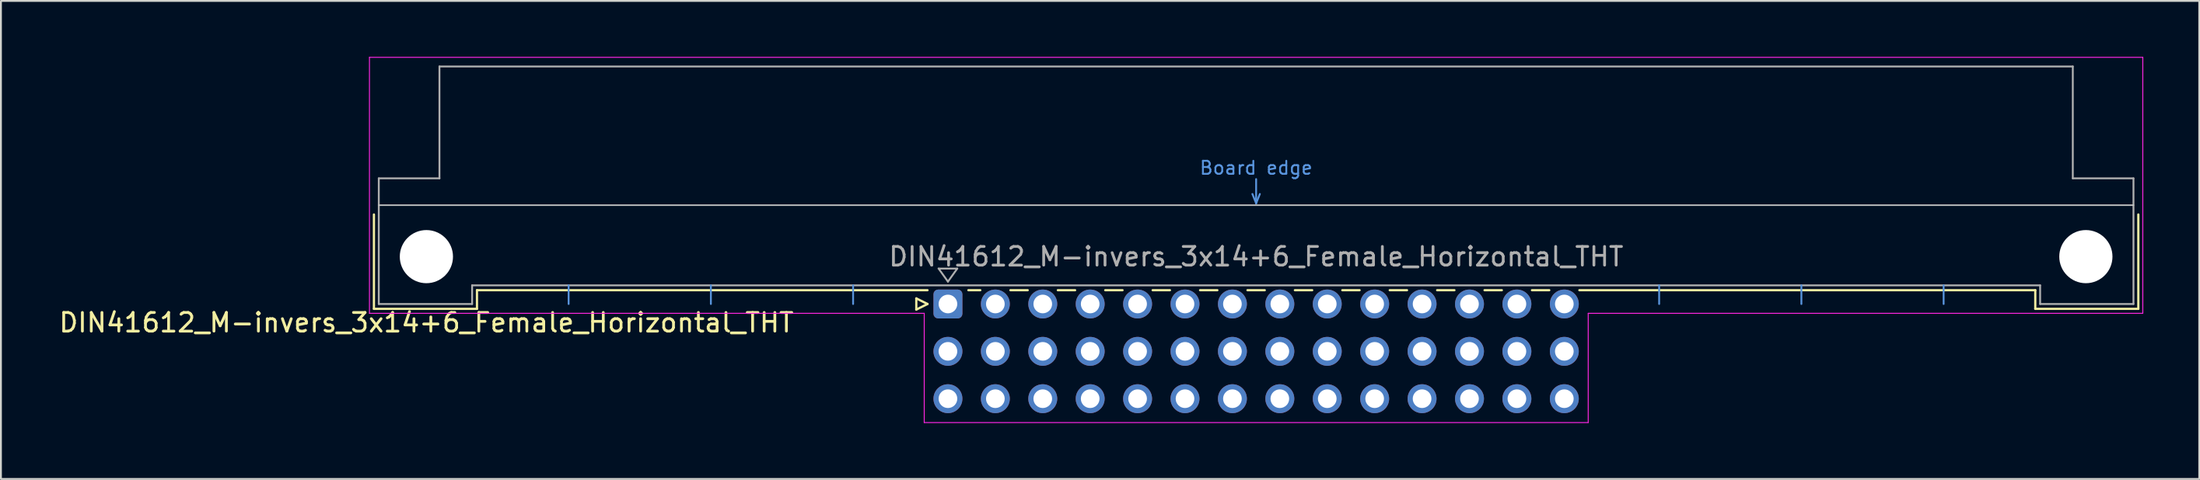
<source format=kicad_pcb>
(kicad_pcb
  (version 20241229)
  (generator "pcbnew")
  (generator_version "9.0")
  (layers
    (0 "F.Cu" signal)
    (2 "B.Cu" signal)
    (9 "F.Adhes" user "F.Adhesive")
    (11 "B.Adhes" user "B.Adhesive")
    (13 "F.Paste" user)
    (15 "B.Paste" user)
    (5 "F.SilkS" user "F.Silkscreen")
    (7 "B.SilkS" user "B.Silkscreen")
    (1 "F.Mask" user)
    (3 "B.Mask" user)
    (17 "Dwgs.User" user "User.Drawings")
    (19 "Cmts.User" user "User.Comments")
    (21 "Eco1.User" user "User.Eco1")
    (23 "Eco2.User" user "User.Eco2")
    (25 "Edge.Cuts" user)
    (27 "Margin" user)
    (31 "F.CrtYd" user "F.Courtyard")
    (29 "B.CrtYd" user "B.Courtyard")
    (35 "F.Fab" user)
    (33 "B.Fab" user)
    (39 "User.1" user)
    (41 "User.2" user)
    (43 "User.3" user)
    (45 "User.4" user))
  (footprint "DIN41612_M-invers_3x14+6_Female_Horizontal_THT"
    (layer "F.Cu")
    (at 24.872 13.255)
    (property "Reference" "DIN41612_M-invers_3x14+6_Female_Horizontal_THT" (at -5.08 1 0) (layer "F.SilkS") (effects (font (size 1 1) (thickness 0.15))))
    (attr through_hole)
    (fp_line (start -7.89 -4.8) (end -7.89 0.26) (stroke (width 0.12) (type solid)) (layer "F.SilkS"))
    (fp_line (start -7.89 0.26) (end -2.37 0.26) (stroke (width 0.12) (type solid)) (layer "F.SilkS"))
    (fp_line (start -2.37 -0.74) (end 21.765 -0.74) (stroke (width 0.12) (type solid)) (layer "F.SilkS"))
    (fp_line (start -2.37 0.26) (end -2.37 -0.74) (stroke (width 0.12) (type solid)) (layer "F.SilkS"))
    (fp_line (start 21.165 -0.3) (end 21.165 0.3) (stroke (width 0.12) (type solid)) (layer "F.SilkS"))
    (fp_line (start 21.165 0.3) (end 21.765 0) (stroke (width 0.12) (type solid)) (layer "F.SilkS"))
    (fp_line (start 21.765 0) (end 21.165 -0.3) (stroke (width 0.12) (type solid)) (layer "F.SilkS"))
    (fp_line (start 23.955 -0.74) (end 24.593 -0.74) (stroke (width 0.12) (type solid)) (layer "F.SilkS"))
    (fp_line (start 26.207 -0.74) (end 27.133 -0.74) (stroke (width 0.12) (type solid)) (layer "F.SilkS"))
    (fp_line (start 28.747 -0.74) (end 29.673 -0.74) (stroke (width 0.12) (type solid)) (layer "F.SilkS"))
    (fp_line (start 31.287 -0.74) (end 32.213 -0.74) (stroke (width 0.12) (type solid)) (layer "F.SilkS"))
    (fp_line (start 33.827 -0.74) (end 34.753 -0.74) (stroke (width 0.12) (type solid)) (layer "F.SilkS"))
    (fp_line (start 36.367 -0.74) (end 37.293 -0.74) (stroke (width 0.12) (type solid)) (layer "F.SilkS"))
    (fp_line (start 38.907 -0.74) (end 39.833 -0.74) (stroke (width 0.12) (type solid)) (layer "F.SilkS"))
    (fp_line (start 41.447 -0.74) (end 42.373 -0.74) (stroke (width 0.12) (type solid)) (layer "F.SilkS"))
    (fp_line (start 43.987 -0.74) (end 44.913 -0.74) (stroke (width 0.12) (type solid)) (layer "F.SilkS"))
    (fp_line (start 46.527 -0.74) (end 47.453 -0.74) (stroke (width 0.12) (type solid)) (layer "F.SilkS"))
    (fp_line (start 49.067 -0.74) (end 49.993 -0.74) (stroke (width 0.12) (type solid)) (layer "F.SilkS"))
    (fp_line (start 51.607 -0.74) (end 52.533 -0.74) (stroke (width 0.12) (type solid)) (layer "F.SilkS"))
    (fp_line (start 54.147 -0.74) (end 55.073 -0.74) (stroke (width 0.12) (type solid)) (layer "F.SilkS"))
    (fp_line (start 56.687 -0.74) (end 81.11 -0.74) (stroke (width 0.12) (type solid)) (layer "F.SilkS"))
    (fp_line (start 81.11 0.26) (end 81.11 -0.74) (stroke (width 0.12) (type solid)) (layer "F.SilkS"))
    (fp_line (start 86.63 -4.8) (end 86.63 0.26) (stroke (width 0.12) (type solid)) (layer "F.SilkS"))
    (fp_line (start 86.63 0.26) (end 81.11 0.26) (stroke (width 0.12) (type solid)) (layer "F.SilkS"))
    (fp_line (start -7.63 -5.3) (end 86.37 -5.3) (stroke (width 0.08) (type solid)) (layer "Dwgs.User"))
    (fp_line (start 2.54 0) (end 2.54 -1) (stroke (width 0.1) (type solid)) (layer "Cmts.User"))
    (fp_line (start 10.16 0) (end 10.16 -1) (stroke (width 0.1) (type solid)) (layer "Cmts.User"))
    (fp_line (start 17.78 0) (end 17.78 -1) (stroke (width 0.1) (type solid)) (layer "Cmts.User"))
    (fp_line (start 39.17 -5.9) (end 39.37 -5.4) (stroke (width 0.1) (type solid)) (layer "Cmts.User"))
    (fp_line (start 39.37 -5.4) (end 39.37 -6.7) (stroke (width 0.1) (type solid)) (layer "Cmts.User"))
    (fp_line (start 39.37 -5.4) (end 39.57 -5.9) (stroke (width 0.1) (type solid)) (layer "Cmts.User"))
    (fp_line (start 60.96 0) (end 60.96 -1) (stroke (width 0.1) (type solid)) (layer "Cmts.User"))
    (fp_line (start 68.58 0) (end 68.58 -1) (stroke (width 0.1) (type solid)) (layer "Cmts.User"))
    (fp_line (start 76.2 0) (end 76.2 -1) (stroke (width 0.1) (type solid)) (layer "Cmts.User"))
    (fp_line (start -8.13 -13.23) (end -8.13 0.5) (stroke (width 0.05) (type solid)) (layer "F.CrtYd"))
    (fp_line (start -8.13 0.5) (end 21.59 0.5) (stroke (width 0.05) (type solid)) (layer "F.CrtYd"))
    (fp_line (start 21.59 0.5) (end 21.59 6.36) (stroke (width 0.05) (type solid)) (layer "F.CrtYd"))
    (fp_line (start 21.59 6.36) (end 57.16 6.36) (stroke (width 0.05) (type solid)) (layer "F.CrtYd"))
    (fp_line (start 57.16 0.5) (end 86.87 0.5) (stroke (width 0.05) (type solid)) (layer "F.CrtYd"))
    (fp_line (start 57.16 6.36) (end 57.16 0.5) (stroke (width 0.05) (type solid)) (layer "F.CrtYd"))
    (fp_line (start 86.87 -13.23) (end -8.13 -13.23) (stroke (width 0.05) (type solid)) (layer "F.CrtYd"))
    (fp_line (start 86.87 0.5) (end 86.87 -13.23) (stroke (width 0.05) (type solid)) (layer "F.CrtYd"))
    (fp_line (start -7.63 -6.74) (end -7.63 0) (stroke (width 0.1) (type solid)) (layer "F.Fab"))
    (fp_line (start -7.63 0) (end -2.63 0) (stroke (width 0.1) (type solid)) (layer "F.Fab"))
    (fp_line (start -4.38 -12.74) (end -4.38 -6.74) (stroke (width 0.1) (type solid)) (layer "F.Fab"))
    (fp_line (start -4.38 -6.74) (end -7.63 -6.74) (stroke (width 0.1) (type solid)) (layer "F.Fab"))
    (fp_line (start -2.63 -1) (end 81.37 -1) (stroke (width 0.1) (type solid)) (layer "F.Fab"))
    (fp_line (start -2.63 0) (end -2.63 -1) (stroke (width 0.1) (type solid)) (layer "F.Fab"))
    (fp_line (start 22.36 -1.9) (end 23.36 -1.9) (stroke (width 0.1) (type solid)) (layer "F.Fab"))
    (fp_line (start 22.86 -1.2) (end 22.36 -1.9) (stroke (width 0.1) (type solid)) (layer "F.Fab"))
    (fp_line (start 23.36 -1.9) (end 22.86 -1.2) (stroke (width 0.1) (type solid)) (layer "F.Fab"))
    (fp_line (start 81.37 -1) (end 81.37 0) (stroke (width 0.1) (type solid)) (layer "F.Fab"))
    (fp_line (start 81.37 0) (end 86.37 0) (stroke (width 0.1) (type solid)) (layer "F.Fab"))
    (fp_line (start 83.12 -12.74) (end -4.38 -12.74) (stroke (width 0.1) (type solid)) (layer "F.Fab"))
    (fp_line (start 83.12 -6.74) (end 83.12 -12.74) (stroke (width 0.1) (type solid)) (layer "F.Fab"))
    (fp_line (start 86.37 -6.74) (end 83.12 -6.74) (stroke (width 0.1) (type solid)) (layer "F.Fab"))
    (fp_line (start 86.37 0) (end 86.37 -6.74) (stroke (width 0.1) (type solid)) (layer "F.Fab"))
    (fp_text user "Board edge" (at 39.37 -7.3 0) (layer "Cmts.User") (effects (font (size 0.7 0.7) (thickness 0.1))))
    (fp_text user "${REFERENCE}" (at 39.37 -2.54 0) (layer "F.Fab") (effects (font (size 1 1) (thickness 0.15))))
    (pad "" np_thru_hole circle (at -5.08 -2.54) (size 2.85 2.85) (drill 2.85) (layers "*.Cu" "*.Mask"))
    (pad "" np_thru_hole circle (at 83.82 -2.54) (size 2.85 2.85) (drill 2.85) (layers "*.Cu" "*.Mask"))
    (pad "a10" thru_hole roundrect (at 22.86 0) (size 1.55 1.55) (drill 1) (layers "*.Cu" "*.Mask") (roundrect_rratio 0.161))
    (pad "a11" thru_hole circle (at 25.4 0) (size 1.55 1.55) (drill 1) (layers "*.Cu" "*.Mask"))
    (pad "a12" thru_hole circle (at 27.94 0) (size 1.55 1.55) (drill 1) (layers "*.Cu" "*.Mask"))
    (pad "a13" thru_hole circle (at 30.48 0) (size 1.55 1.55) (drill 1) (layers "*.Cu" "*.Mask"))
    (pad "a14" thru_hole circle (at 33.02 0) (size 1.55 1.55) (drill 1) (layers "*.Cu" "*.Mask"))
    (pad "a15" thru_hole circle (at 35.56 0) (size 1.55 1.55) (drill 1) (layers "*.Cu" "*.Mask"))
    (pad "a16" thru_hole circle (at 38.1 0) (size 1.55 1.55) (drill 1) (layers "*.Cu" "*.Mask"))
    (pad "a17" thru_hole circle (at 40.64 0) (size 1.55 1.55) (drill 1) (layers "*.Cu" "*.Mask"))
    (pad "a18" thru_hole circle (at 43.18 0) (size 1.55 1.55) (drill 1) (layers "*.Cu" "*.Mask"))
    (pad "a19" thru_hole circle (at 45.72 0) (size 1.55 1.55) (drill 1) (layers "*.Cu" "*.Mask"))
    (pad "a20" thru_hole circle (at 48.26 0) (size 1.55 1.55) (drill 1) (layers "*.Cu" "*.Mask"))
    (pad "a21" thru_hole circle (at 50.8 0) (size 1.55 1.55) (drill 1) (layers "*.Cu" "*.Mask"))
    (pad "a22" thru_hole circle (at 53.34 0) (size 1.55 1.55) (drill 1) (layers "*.Cu" "*.Mask"))
    (pad "a23" thru_hole circle (at 55.88 0) (size 1.55 1.55) (drill 1) (layers "*.Cu" "*.Mask"))
    (pad "b10" thru_hole circle (at 22.86 2.54) (size 1.55 1.55) (drill 1) (layers "*.Cu" "*.Mask"))
    (pad "b11" thru_hole circle (at 25.4 2.54) (size 1.55 1.55) (drill 1) (layers "*.Cu" "*.Mask"))
    (pad "b12" thru_hole circle (at 27.94 2.54) (size 1.55 1.55) (drill 1) (layers "*.Cu" "*.Mask"))
    (pad "b13" thru_hole circle (at 30.48 2.54) (size 1.55 1.55) (drill 1) (layers "*.Cu" "*.Mask"))
    (pad "b14" thru_hole circle (at 33.02 2.54) (size 1.55 1.55) (drill 1) (layers "*.Cu" "*.Mask"))
    (pad "b15" thru_hole circle (at 35.56 2.54) (size 1.55 1.55) (drill 1) (layers "*.Cu" "*.Mask"))
    (pad "b16" thru_hole circle (at 38.1 2.54) (size 1.55 1.55) (drill 1) (layers "*.Cu" "*.Mask"))
    (pad "b17" thru_hole circle (at 40.64 2.54) (size 1.55 1.55) (drill 1) (layers "*.Cu" "*.Mask"))
    (pad "b18" thru_hole circle (at 43.18 2.54) (size 1.55 1.55) (drill 1) (layers "*.Cu" "*.Mask"))
    (pad "b19" thru_hole circle (at 45.72 2.54) (size 1.55 1.55) (drill 1) (layers "*.Cu" "*.Mask"))
    (pad "b20" thru_hole circle (at 48.26 2.54) (size 1.55 1.55) (drill 1) (layers "*.Cu" "*.Mask"))
    (pad "b21" thru_hole circle (at 50.8 2.54) (size 1.55 1.55) (drill 1) (layers "*.Cu" "*.Mask"))
    (pad "b22" thru_hole circle (at 53.34 2.54) (size 1.55 1.55) (drill 1) (layers "*.Cu" "*.Mask"))
    (pad "b23" thru_hole circle (at 55.88 2.54) (size 1.55 1.55) (drill 1) (layers "*.Cu" "*.Mask"))
    (pad "c10" thru_hole circle (at 22.86 5.08) (size 1.55 1.55) (drill 1) (layers "*.Cu" "*.Mask"))
    (pad "c11" thru_hole circle (at 25.4 5.08) (size 1.55 1.55) (drill 1) (layers "*.Cu" "*.Mask"))
    (pad "c12" thru_hole circle (at 27.94 5.08) (size 1.55 1.55) (drill 1) (layers "*.Cu" "*.Mask"))
    (pad "c13" thru_hole circle (at 30.48 5.08) (size 1.55 1.55) (drill 1) (layers "*.Cu" "*.Mask"))
    (pad "c14" thru_hole circle (at 33.02 5.08) (size 1.55 1.55) (drill 1) (layers "*.Cu" "*.Mask"))
    (pad "c15" thru_hole circle (at 35.56 5.08) (size 1.55 1.55) (drill 1) (layers "*.Cu" "*.Mask"))
    (pad "c16" thru_hole circle (at 38.1 5.08) (size 1.55 1.55) (drill 1) (layers "*.Cu" "*.Mask"))
    (pad "c17" thru_hole circle (at 40.64 5.08) (size 1.55 1.55) (drill 1) (layers "*.Cu" "*.Mask"))
    (pad "c18" thru_hole circle (at 43.18 5.08) (size 1.55 1.55) (drill 1) (layers "*.Cu" "*.Mask"))
    (pad "c19" thru_hole circle (at 45.72 5.08) (size 1.55 1.55) (drill 1) (layers "*.Cu" "*.Mask"))
    (pad "c20" thru_hole circle (at 48.26 5.08) (size 1.55 1.55) (drill 1) (layers "*.Cu" "*.Mask"))
    (pad "c21" thru_hole circle (at 50.8 5.08) (size 1.55 1.55) (drill 1) (layers "*.Cu" "*.Mask"))
    (pad "c22" thru_hole circle (at 53.34 5.08) (size 1.55 1.55) (drill 1) (layers "*.Cu" "*.Mask"))
    (pad "c23" thru_hole circle (at 55.88 5.08) (size 1.55 1.55) (drill 1) (layers "*.Cu" "*.Mask")))
  (gr_rect
    (start -3 -3)
    (end 114.767 22.64)
    (stroke (width 0.1) (type default))
    (fill no)
    (layer "Edge.Cuts")))
</source>
